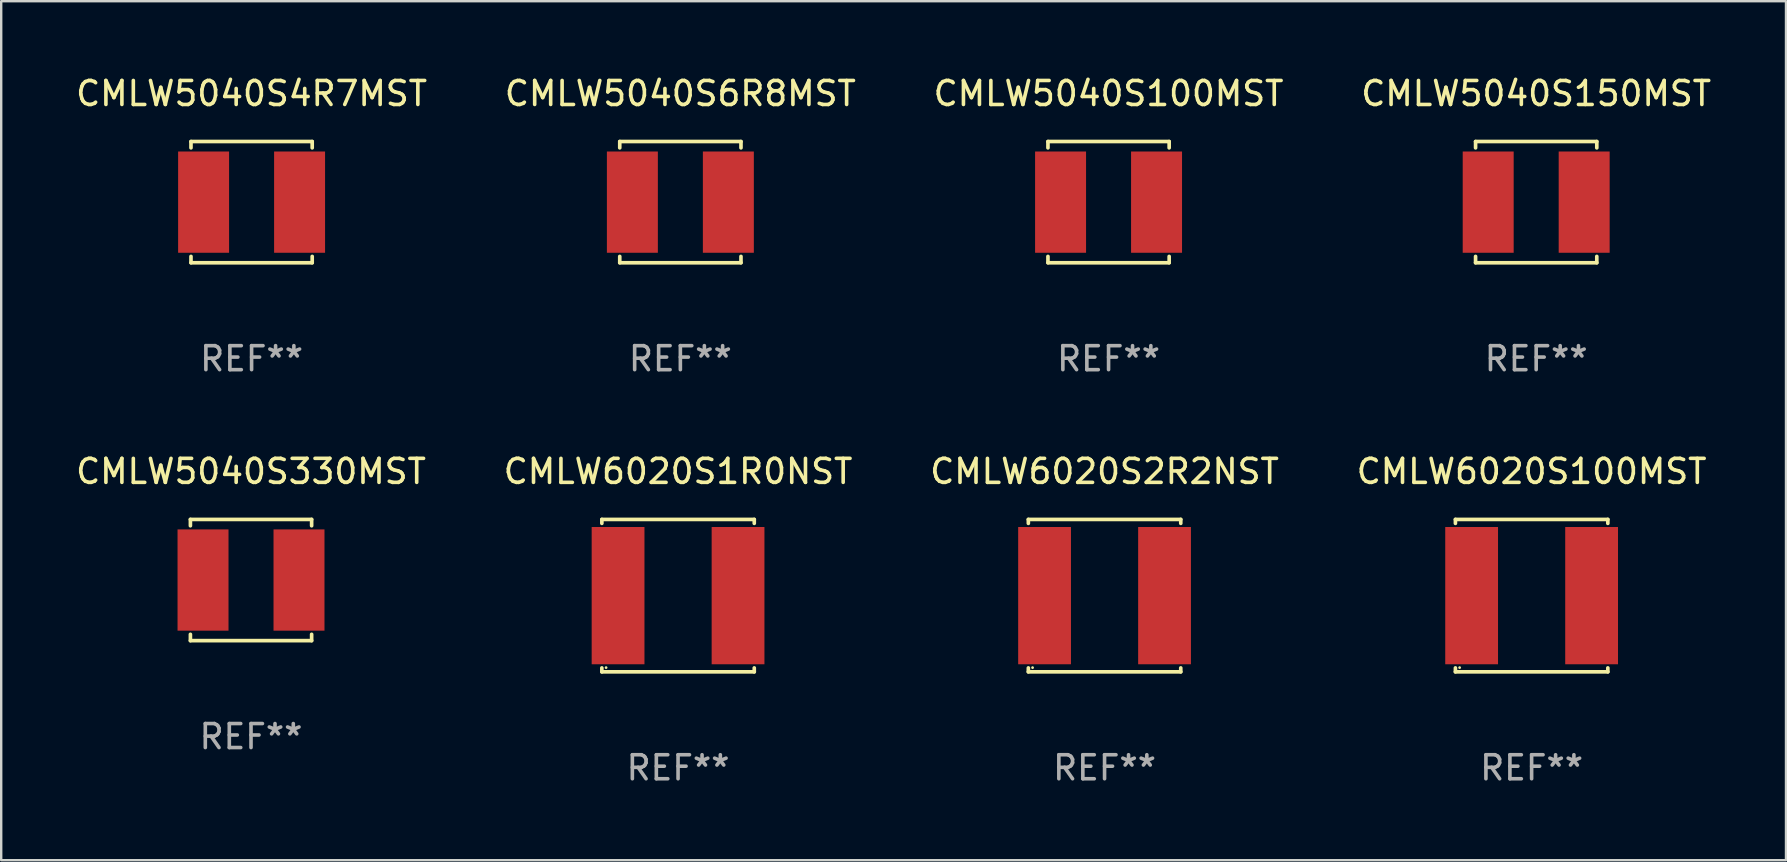
<source format=kicad_pcb>
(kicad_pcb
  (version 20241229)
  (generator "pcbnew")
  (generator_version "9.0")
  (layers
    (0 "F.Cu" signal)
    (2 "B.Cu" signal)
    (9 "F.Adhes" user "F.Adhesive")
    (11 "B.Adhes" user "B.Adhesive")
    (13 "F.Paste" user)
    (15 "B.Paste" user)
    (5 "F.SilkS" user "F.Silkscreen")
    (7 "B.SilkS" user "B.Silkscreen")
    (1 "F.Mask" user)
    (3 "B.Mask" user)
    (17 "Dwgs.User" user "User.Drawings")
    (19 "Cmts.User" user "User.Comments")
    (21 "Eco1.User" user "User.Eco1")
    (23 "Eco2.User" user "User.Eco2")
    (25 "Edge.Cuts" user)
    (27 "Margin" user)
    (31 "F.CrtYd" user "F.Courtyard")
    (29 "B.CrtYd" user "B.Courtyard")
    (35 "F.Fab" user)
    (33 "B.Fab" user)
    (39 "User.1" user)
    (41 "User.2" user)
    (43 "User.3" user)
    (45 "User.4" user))
  (footprint "CMLW5040S100MST"
    (layer "F.Cu")
    (at 43.149 5.374)
    (property "Reference" "CMLW5040S100MST" (at 0 -4.526 0) (layer "F.SilkS") (effects (font (size 1 1) (thickness 0.15))))
    (attr through_hole)
    (fp_line (start -2.526 -2.526) (end 2.526 -2.526) (stroke (width 0.152) (type solid)) (layer "F.SilkS"))
    (fp_line (start -2.526 -2.262) (end -2.526 -2.526) (stroke (width 0.152) (type solid)) (layer "F.SilkS"))
    (fp_line (start -2.526 2.262) (end -2.526 2.526) (stroke (width 0.152) (type solid)) (layer "F.SilkS"))
    (fp_line (start -2.526 2.526) (end 2.526 2.526) (stroke (width 0.152) (type solid)) (layer "F.SilkS"))
    (fp_line (start 2.526 -2.526) (end 2.526 -2.262) (stroke (width 0.152) (type solid)) (layer "F.SilkS"))
    (fp_line (start 2.526 2.526) (end 2.526 2.262) (stroke (width 0.152) (type solid)) (layer "F.SilkS"))
    (fp_circle (center 2.5 -2.5) (end 2.53 -2.5) (stroke (width 0.06) (type solid)) (fill no) (layer "F.SilkS"))
    (fp_text user "REF**" (at 0 6.526 0) (layer "F.Fab") (effects (font (size 1 1) (thickness 0.15))))
    (pad "1" smd rect (at 2 0) (size 2.124 4.22) (layers "F.Cu" "F.Mask" "F.Paste"))
    (pad "2" smd rect (at -2 0) (size 2.124 4.22) (layers "F.Cu" "F.Mask" "F.Paste")))
  (footprint "CMLW5040S150MST"
    (layer "F.Cu")
    (at 60.97 5.374)
    (property "Reference" "CMLW5040S150MST" (at 0 -4.526 0) (layer "F.SilkS") (effects (font (size 1 1) (thickness 0.15))))
    (attr through_hole)
    (fp_line (start -2.526 -2.526) (end 2.526 -2.526) (stroke (width 0.152) (type solid)) (layer "F.SilkS"))
    (fp_line (start -2.526 -2.262) (end -2.526 -2.526) (stroke (width 0.152) (type solid)) (layer "F.SilkS"))
    (fp_line (start -2.526 2.262) (end -2.526 2.526) (stroke (width 0.152) (type solid)) (layer "F.SilkS"))
    (fp_line (start -2.526 2.526) (end 2.526 2.526) (stroke (width 0.152) (type solid)) (layer "F.SilkS"))
    (fp_line (start 2.526 -2.526) (end 2.526 -2.262) (stroke (width 0.152) (type solid)) (layer "F.SilkS"))
    (fp_line (start 2.526 2.526) (end 2.526 2.262) (stroke (width 0.152) (type solid)) (layer "F.SilkS"))
    (fp_circle (center 2.5 -2.5) (end 2.53 -2.5) (stroke (width 0.06) (type solid)) (fill no) (layer "F.SilkS"))
    (fp_text user "REF**" (at 0 6.526 0) (layer "F.Fab") (effects (font (size 1 1) (thickness 0.15))))
    (pad "1" smd rect (at 2 0) (size 2.124 4.22) (layers "F.Cu" "F.Mask" "F.Paste"))
    (pad "2" smd rect (at -2 0) (size 2.124 4.22) (layers "F.Cu" "F.Mask" "F.Paste")))
  (footprint "CMLW5040S6R8MST"
    (layer "F.Cu")
    (at 25.304 5.374)
    (property "Reference" "CMLW5040S6R8MST" (at 0 -4.526 0) (layer "F.SilkS") (effects (font (size 1 1) (thickness 0.15))))
    (attr through_hole)
    (fp_line (start -2.526 -2.526) (end 2.526 -2.526) (stroke (width 0.152) (type solid)) (layer "F.SilkS"))
    (fp_line (start -2.526 -2.262) (end -2.526 -2.526) (stroke (width 0.152) (type solid)) (layer "F.SilkS"))
    (fp_line (start -2.526 2.262) (end -2.526 2.526) (stroke (width 0.152) (type solid)) (layer "F.SilkS"))
    (fp_line (start -2.526 2.526) (end 2.526 2.526) (stroke (width 0.152) (type solid)) (layer "F.SilkS"))
    (fp_line (start 2.526 -2.526) (end 2.526 -2.262) (stroke (width 0.152) (type solid)) (layer "F.SilkS"))
    (fp_line (start 2.526 2.526) (end 2.526 2.262) (stroke (width 0.152) (type solid)) (layer "F.SilkS"))
    (fp_circle (center 2.5 -2.5) (end 2.53 -2.5) (stroke (width 0.06) (type solid)) (fill no) (layer "F.SilkS"))
    (fp_text user "REF**" (at 0 6.526 0) (layer "F.Fab") (effects (font (size 1 1) (thickness 0.15))))
    (pad "1" smd rect (at 2 0) (size 2.124 4.22) (layers "F.Cu" "F.Mask" "F.Paste"))
    (pad "2" smd rect (at -2 0) (size 2.124 4.22) (layers "F.Cu" "F.Mask" "F.Paste")))
  (footprint "CMLW6020S2R2NST"
    (layer "F.Cu")
    (at 42.982 21.773)
    (property "Reference" "CMLW6020S2R2NST" (at 0 -5.176 0) (layer "F.SilkS") (effects (font (size 1 1) (thickness 0.15))))
    (attr through_hole)
    (fp_line (start -3.176 -3.176) (end 3.176 -3.176) (stroke (width 0.152) (type solid)) (layer "F.SilkS"))
    (fp_line (start -3.176 -3.012) (end -3.176 -3.176) (stroke (width 0.152) (type solid)) (layer "F.SilkS"))
    (fp_line (start -3.176 3.012) (end -3.176 3.176) (stroke (width 0.152) (type solid)) (layer "F.SilkS"))
    (fp_line (start -3.176 3.176) (end 3.176 3.176) (stroke (width 0.152) (type solid)) (layer "F.SilkS"))
    (fp_line (start 3.176 -3.176) (end 3.176 -3.012) (stroke (width 0.152) (type solid)) (layer "F.SilkS"))
    (fp_line (start 3.176 3.176) (end 3.176 3.012) (stroke (width 0.152) (type solid)) (layer "F.SilkS"))
    (fp_circle (center -3 3) (end -2.97 3) (stroke (width 0.06) (type solid)) (fill no) (layer "F.SilkS"))
    (fp_text user "REF**" (at 0 7.176 0) (layer "F.Fab") (effects (font (size 1 1) (thickness 0.15))))
    (pad "1" smd rect (at -2.5 0) (size 2.2 5.72) (layers "F.Cu" "F.Mask" "F.Paste"))
    (pad "2" smd rect (at 2.5 0) (size 2.2 5.72) (layers "F.Cu" "F.Mask" "F.Paste")))
  (footprint "CMLW6020S100MST"
    (layer "F.Cu")
    (at 60.78 21.773)
    (property "Reference" "CMLW6020S100MST" (at 0 -5.176 0) (layer "F.SilkS") (effects (font (size 1 1) (thickness 0.15))))
    (attr through_hole)
    (fp_line (start -3.176 -3.176) (end 3.176 -3.176) (stroke (width 0.152) (type solid)) (layer "F.SilkS"))
    (fp_line (start -3.176 -3.012) (end -3.176 -3.176) (stroke (width 0.152) (type solid)) (layer "F.SilkS"))
    (fp_line (start -3.176 3.012) (end -3.176 3.176) (stroke (width 0.152) (type solid)) (layer "F.SilkS"))
    (fp_line (start -3.176 3.176) (end 3.176 3.176) (stroke (width 0.152) (type solid)) (layer "F.SilkS"))
    (fp_line (start 3.176 -3.176) (end 3.176 -3.012) (stroke (width 0.152) (type solid)) (layer "F.SilkS"))
    (fp_line (start 3.176 3.176) (end 3.176 3.012) (stroke (width 0.152) (type solid)) (layer "F.SilkS"))
    (fp_circle (center -3 3) (end -2.97 3) (stroke (width 0.06) (type solid)) (fill no) (layer "F.SilkS"))
    (fp_text user "REF**" (at 0 7.176 0) (layer "F.Fab") (effects (font (size 1 1) (thickness 0.15))))
    (pad "1" smd rect (at -2.5 0) (size 2.2 5.72) (layers "F.Cu" "F.Mask" "F.Paste"))
    (pad "2" smd rect (at 2.5 0) (size 2.2 5.72) (layers "F.Cu" "F.Mask" "F.Paste")))
  (footprint "CMLW5040S4R7MST"
    (layer "F.Cu")
    (at 7.435 5.374)
    (property "Reference" "CMLW5040S4R7MST" (at 0 -4.526 0) (layer "F.SilkS") (effects (font (size 1 1) (thickness 0.15))))
    (attr through_hole)
    (fp_line (start -2.526 -2.526) (end 2.526 -2.526) (stroke (width 0.152) (type solid)) (layer "F.SilkS"))
    (fp_line (start -2.526 -2.262) (end -2.526 -2.526) (stroke (width 0.152) (type solid)) (layer "F.SilkS"))
    (fp_line (start -2.526 2.262) (end -2.526 2.526) (stroke (width 0.152) (type solid)) (layer "F.SilkS"))
    (fp_line (start -2.526 2.526) (end 2.526 2.526) (stroke (width 0.152) (type solid)) (layer "F.SilkS"))
    (fp_line (start 2.526 -2.526) (end 2.526 -2.262) (stroke (width 0.152) (type solid)) (layer "F.SilkS"))
    (fp_line (start 2.526 2.526) (end 2.526 2.262) (stroke (width 0.152) (type solid)) (layer "F.SilkS"))
    (fp_circle (center 2.5 -2.5) (end 2.53 -2.5) (stroke (width 0.06) (type solid)) (fill no) (layer "F.SilkS"))
    (fp_text user "REF**" (at 0 6.526 0) (layer "F.Fab") (effects (font (size 1 1) (thickness 0.15))))
    (pad "1" smd rect (at 2 0) (size 2.124 4.22) (layers "F.Cu" "F.Mask" "F.Paste"))
    (pad "2" smd rect (at -2 0) (size 2.124 4.22) (layers "F.Cu" "F.Mask" "F.Paste")))
  (footprint "CMLW6020S1R0NST"
    (layer "F.Cu")
    (at 25.208 21.773)
    (property "Reference" "CMLW6020S1R0NST" (at 0 -5.176 0) (layer "F.SilkS") (effects (font (size 1 1) (thickness 0.15))))
    (attr through_hole)
    (fp_line (start -3.176 -3.176) (end 3.176 -3.176) (stroke (width 0.152) (type solid)) (layer "F.SilkS"))
    (fp_line (start -3.176 -3.012) (end -3.176 -3.176) (stroke (width 0.152) (type solid)) (layer "F.SilkS"))
    (fp_line (start -3.176 3.012) (end -3.176 3.176) (stroke (width 0.152) (type solid)) (layer "F.SilkS"))
    (fp_line (start -3.176 3.176) (end 3.176 3.176) (stroke (width 0.152) (type solid)) (layer "F.SilkS"))
    (fp_line (start 3.176 -3.176) (end 3.176 -3.012) (stroke (width 0.152) (type solid)) (layer "F.SilkS"))
    (fp_line (start 3.176 3.176) (end 3.176 3.012) (stroke (width 0.152) (type solid)) (layer "F.SilkS"))
    (fp_circle (center -3 3) (end -2.97 3) (stroke (width 0.06) (type solid)) (fill no) (layer "F.SilkS"))
    (fp_text user "REF**" (at 0 7.176 0) (layer "F.Fab") (effects (font (size 1 1) (thickness 0.15))))
    (pad "1" smd rect (at -2.5 0) (size 2.2 5.72) (layers "F.Cu" "F.Mask" "F.Paste"))
    (pad "2" smd rect (at 2.5 0) (size 2.2 5.72) (layers "F.Cu" "F.Mask" "F.Paste")))
  (footprint "CMLW5040S330MST"
    (layer "F.Cu")
    (at 7.411 21.123)
    (property "Reference" "CMLW5040S330MST" (at 0 -4.526 0) (layer "F.SilkS") (effects (font (size 1 1) (thickness 0.15))))
    (attr through_hole)
    (fp_line (start -2.526 -2.526) (end 2.526 -2.526) (stroke (width 0.152) (type solid)) (layer "F.SilkS"))
    (fp_line (start -2.526 -2.262) (end -2.526 -2.526) (stroke (width 0.152) (type solid)) (layer "F.SilkS"))
    (fp_line (start -2.526 2.262) (end -2.526 2.526) (stroke (width 0.152) (type solid)) (layer "F.SilkS"))
    (fp_line (start -2.526 2.526) (end 2.526 2.526) (stroke (width 0.152) (type solid)) (layer "F.SilkS"))
    (fp_line (start 2.526 -2.526) (end 2.526 -2.262) (stroke (width 0.152) (type solid)) (layer "F.SilkS"))
    (fp_line (start 2.526 2.526) (end 2.526 2.262) (stroke (width 0.152) (type solid)) (layer "F.SilkS"))
    (fp_circle (center 2.5 -2.5) (end 2.53 -2.5) (stroke (width 0.06) (type solid)) (fill no) (layer "F.SilkS"))
    (fp_text user "REF**" (at 0 6.526 0) (layer "F.Fab") (effects (font (size 1 1) (thickness 0.15))))
    (pad "1" smd rect (at 2 0) (size 2.124 4.22) (layers "F.Cu" "F.Mask" "F.Paste"))
    (pad "2" smd rect (at -2 0) (size 2.124 4.22) (layers "F.Cu" "F.Mask" "F.Paste")))
  (gr_rect
    (start -3 -3)
    (end 71.381 32.798)
    (stroke (width 0.1) (type default))
    (fill no)
    (layer "Edge.Cuts")))
</source>
